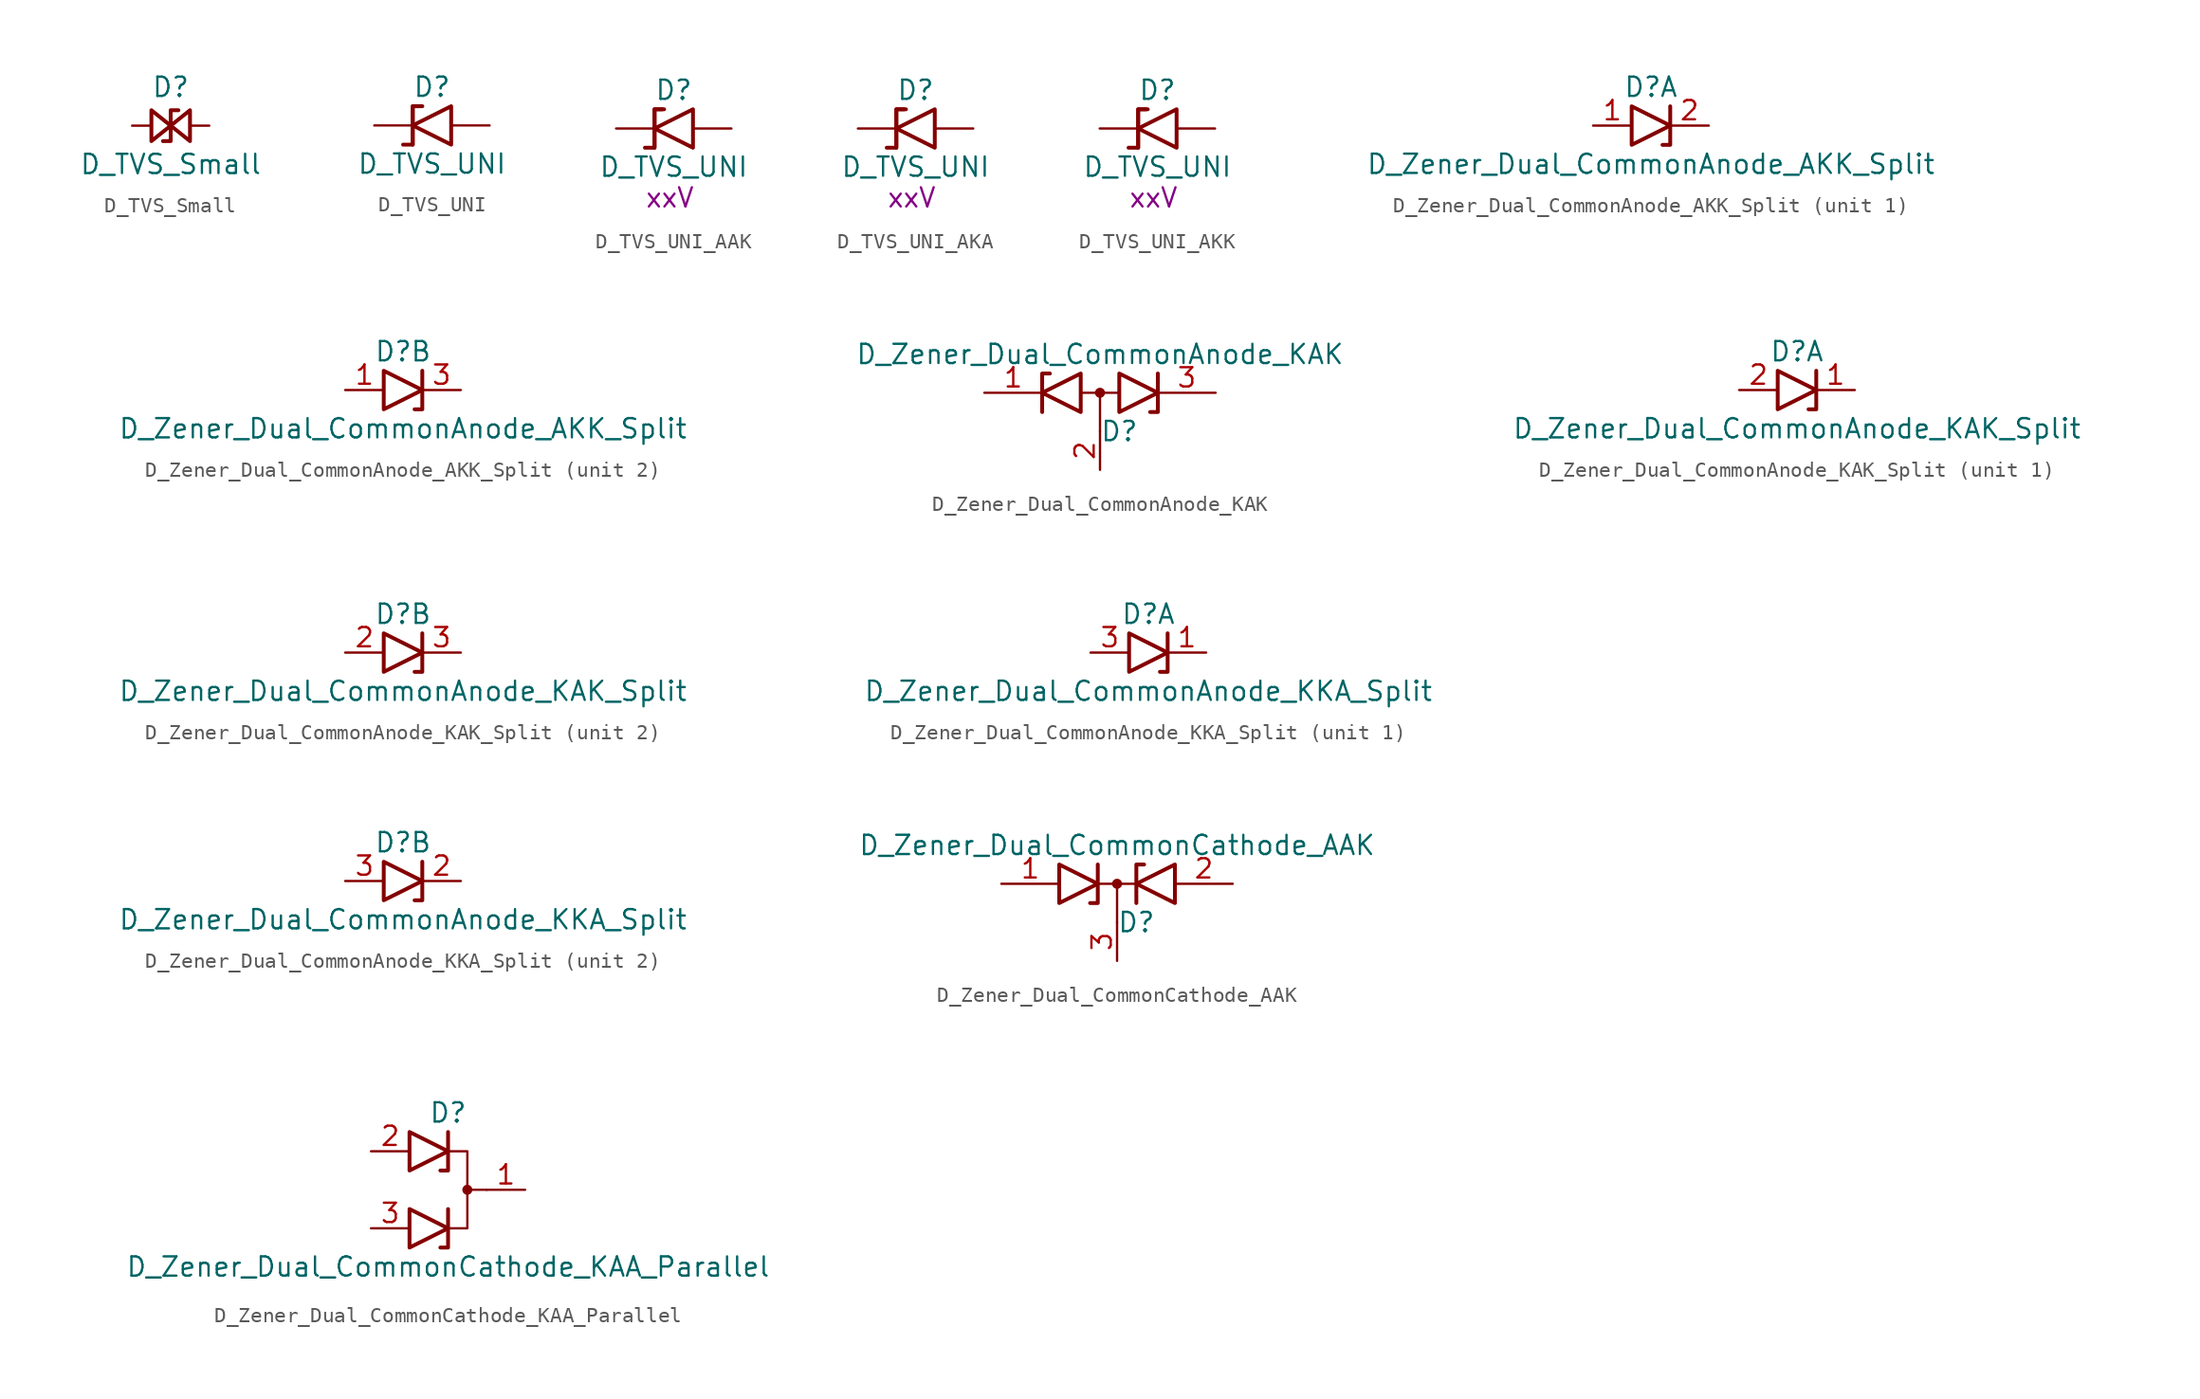
<source format=kicad_sym>
(kicad_symbol_lib
  (version 20241209)
  (generator "kicad_symbol_editor")
  (generator_version "9.0")
  (symbol "D_TVS_Small"
    (pin_numbers
      (hide yes))
    (pin_names
      (offset 1.016)
      (hide yes))
    (property "Reference" "D"
      (at 0 2.54 0)
      (effects (font (size 1.27 1.27))))
    (property "Value" "D_TVS_Small"
      (at 0 -2.54 0)
      (effects (font (size 1.27 1.27))))
    (symbol "D_TVS_Small_0_1"
      (polyline (pts (xy -1.27 1.016) (xy -1.27 -1.016) (xy 1.27 1.016) (xy 1.27 -1.016) (xy -1.27 1.016)) (stroke (width 0.254) (type default)) (fill (type none)))
      (polyline (pts (xy 0.508 1.016) (xy 0 1.016) (xy 0 -1.016) (xy -0.508 -1.016)) (stroke (width 0.254) (type default)) (fill (type none))))
    (symbol "D_TVS_Small_1_1"
      (pin passive line (at -2.54 0 0) (length 1.27) (name "A1" (effects (font (size 1.27 1.27)))) (number "1" (effects (font (size 1.27 1.27)))))
      (pin passive line (at 2.54 0 180) (length 1.27) (name "A2" (effects (font (size 1.27 1.27)))) (number "2" (effects (font (size 1.27 1.27)))))))
  (symbol "D_TVS_UNI"
    (pin_numbers
      (hide yes))
    (pin_names
      (offset 1.016)
      (hide yes))
    (property "Reference" "D"
      (at 0 2.54 0)
      (effects (font (size 1.27 1.27))))
    (property "Value" "D_TVS_UNI"
      (at 0 -2.54 0)
      (effects (font (size 1.27 1.27))))
    (symbol "D_TVS_UNI_0_1"
      (polyline (pts (xy -1.27 -1.27) (xy -1.27 1.27) (xy -0.762 1.27)) (stroke (width 0.254) (type default)) (fill (type none)))
      (polyline (pts (xy -0.635 1.27) (xy -1.27 1.27) (xy -1.27 -1.27) (xy -1.905 -1.27)) (stroke (width 0.254) (type default)) (fill (type none)))
      (polyline (pts (xy 1.27 -1.27) (xy 1.27 1.27) (xy -1.27 0) (xy 1.27 -1.27)) (stroke (width 0.254) (type default)) (fill (type none))))
    (symbol "D_TVS_UNI_1_1"
      (pin passive line (at -3.81 0 0) (length 2.54) (name "K" (effects (font (size 1.27 1.27)))) (number "1" (effects (font (size 1.27 1.27)))))
      (pin passive line (at 3.81 0 180) (length 2.54) (name "A" (effects (font (size 1.27 1.27)))) (number "2" (effects (font (size 1.27 1.27)))))))
  (symbol "D_TVS_UNI_AAK"
    (pin_numbers
      (hide yes))
    (pin_names
      (offset 1.016)
      (hide yes))
    (property "Reference" "D"
      (at 0 2.54 0)
      (effects (font (size 1.27 1.27))))
    (property "Value" "D_TVS_UNI"
      (at 0 -2.54 0)
      (effects (font (size 1.27 1.27))))
    (property "Reverse_Voltage" "xxV"
      (at -0.254 -4.572 0)
      (effects (font (size 1.27 1.27))))
    (symbol "D_TVS_UNI_AAK_0_1"
      (polyline (pts (xy -1.27 -1.27) (xy -1.27 1.27) (xy -0.762 1.27)) (stroke (width 0.254) (type default)) (fill (type none)))
      (polyline (pts (xy -0.635 1.27) (xy -1.27 1.27) (xy -1.27 -1.27) (xy -1.905 -1.27)) (stroke (width 0.254) (type default)) (fill (type none)))
      (polyline (pts (xy 1.27 -1.27) (xy 1.27 1.27) (xy -1.27 0) (xy 1.27 -1.27)) (stroke (width 0.254) (type default)) (fill (type none))))
    (symbol "D_TVS_UNI_AAK_1_1"
      (pin passive line (at -3.81 0 0) (length 2.54) (name "K" (effects (font (size 1.27 1.27)))) (number "1" (effects (font (size 1.27 1.27)))))
      (pin passive line (at 3.81 0 180) (length 2.54) (name "A" (effects (font (size 1.27 1.27)))) (number "2" (effects (font (size 1.27 1.27)))))))
  (symbol "D_TVS_UNI_AKA"
    (pin_numbers
      (hide yes))
    (pin_names
      (offset 1.016)
      (hide yes))
    (property "Reference" "D"
      (at 0 2.54 0)
      (effects (font (size 1.27 1.27))))
    (property "Value" "D_TVS_UNI"
      (at 0 -2.54 0)
      (effects (font (size 1.27 1.27))))
    (property "Reverse_Voltage" "xxV"
      (at -0.254 -4.572 0)
      (effects (font (size 1.27 1.27))))
    (symbol "D_TVS_UNI_AKA_0_1"
      (polyline (pts (xy -1.27 -1.27) (xy -1.27 1.27) (xy -0.762 1.27)) (stroke (width 0.254) (type default)) (fill (type none)))
      (polyline (pts (xy -0.635 1.27) (xy -1.27 1.27) (xy -1.27 -1.27) (xy -1.905 -1.27)) (stroke (width 0.254) (type default)) (fill (type none)))
      (polyline (pts (xy 1.27 -1.27) (xy 1.27 1.27) (xy -1.27 0) (xy 1.27 -1.27)) (stroke (width 0.254) (type default)) (fill (type none))))
    (symbol "D_TVS_UNI_AKA_1_1"
      (pin passive line (at -3.81 0 0) (length 2.54) (name "K" (effects (font (size 1.27 1.27)))) (number "1" (effects (font (size 1.27 1.27)))))
      (pin passive line (at 3.81 0 180) (length 2.54) (name "A" (effects (font (size 1.27 1.27)))) (number "2" (effects (font (size 1.27 1.27)))))))
  (symbol "D_TVS_UNI_AKK"
    (pin_numbers
      (hide yes))
    (pin_names
      (offset 1.016)
      (hide yes))
    (property "Reference" "D"
      (at 0 2.54 0)
      (effects (font (size 1.27 1.27))))
    (property "Value" "D_TVS_UNI"
      (at 0 -2.54 0)
      (effects (font (size 1.27 1.27))))
    (property "Reverse_Voltage" "xxV"
      (at -0.254 -4.572 0)
      (effects (font (size 1.27 1.27))))
    (symbol "D_TVS_UNI_AKK_0_1"
      (polyline (pts (xy -1.27 -1.27) (xy -1.27 1.27) (xy -0.762 1.27)) (stroke (width 0.254) (type default)) (fill (type none)))
      (polyline (pts (xy -0.635 1.27) (xy -1.27 1.27) (xy -1.27 -1.27) (xy -1.905 -1.27)) (stroke (width 0.254) (type default)) (fill (type none)))
      (polyline (pts (xy 1.27 -1.27) (xy 1.27 1.27) (xy -1.27 0) (xy 1.27 -1.27)) (stroke (width 0.254) (type default)) (fill (type none))))
    (symbol "D_TVS_UNI_AKK_1_1"
      (pin passive line (at -3.81 0 0) (length 2.54) (name "K" (effects (font (size 1.27 1.27)))) (number "1" (effects (font (size 1.27 1.27)))))
      (pin passive line (at 3.81 0 180) (length 2.54) (name "A" (effects (font (size 1.27 1.27)))) (number "2" (effects (font (size 1.27 1.27)))))))
  (symbol "D_Zener_Dual_CommonAnode_AKK_Split"
    (pin_names
      (offset 0.762)
      (hide yes))
    (property "Reference" "D"
      (at 0 2.54 0)
      (effects (font (size 1.27 1.27))))
    (property "Value" "D_Zener_Dual_CommonAnode_AKK_Split"
      (at 0 -2.54 0)
      (effects (font (size 1.27 1.27))))
    (property "ki_locked" ""
      (at 0 0 0)
      (effects (font (size 1.27 1.27))))
    (symbol "D_Zener_Dual_CommonAnode_AKK_Split_0_0"
      (polyline (pts (xy 1.27 1.27) (xy 1.27 -1.27) (xy 0.762 -1.27)) (stroke (width 0.254) (type default)) (fill (type none))))
    (symbol "D_Zener_Dual_CommonAnode_AKK_Split_0_1"
      (polyline (pts (xy -1.27 1.27) (xy 1.27 0) (xy -1.27 -1.27) (xy -1.27 1.27) (xy -1.27 1.27) (xy -1.27 1.27)) (stroke (width 0.254) (type default)) (fill (type none)))
      (pin passive line (at -3.81 0 0) (length 2.54) (name "A" (effects (font (size 1.27 1.27)))) (number "1" (effects (font (size 1.27 1.27))))))
    (symbol "D_Zener_Dual_CommonAnode_AKK_Split_1_1"
      (pin passive line (at 3.81 0 180) (length 2.54) (name "K" (effects (font (size 1.27 1.27)))) (number "2" (effects (font (size 1.27 1.27))))))
    (symbol "D_Zener_Dual_CommonAnode_AKK_Split_2_1"
      (pin passive line (at 3.81 0 180) (length 2.54) (name "K" (effects (font (size 1.27 1.27)))) (number "3" (effects (font (size 1.27 1.27)))))))
  (symbol "D_Zener_Dual_CommonAnode_KAK"
    (pin_names
      (offset 0.762)
      (hide yes))
    (property "Reference" "D"
      (at 1.27 -2.54 0)
      (effects (font (size 1.27 1.27))))
    (property "Value" "D_Zener_Dual_CommonAnode_KAK"
      (at 0 2.54 0)
      (effects (font (size 1.27 1.27))))
    (symbol "D_Zener_Dual_CommonAnode_KAK_0_1"
      (polyline (pts (xy -3.81 -1.27) (xy -3.81 1.27) (xy -3.302 1.27)) (stroke (width 0.254) (type default)) (fill (type none)))
      (polyline (pts (xy -1.27 0) (xy 1.27 0)) (stroke (width 0) (type default)) (fill (type none)))
      (polyline (pts (xy -1.27 -1.27) (xy -3.81 0) (xy -1.27 1.27) (xy -1.27 -1.27) (xy -1.27 -1.27) (xy -1.27 -1.27)) (stroke (width 0.254) (type default)) (fill (type none)))
      (polyline (pts (xy 0 0) (xy 0 -2.54)) (stroke (width 0) (type default)) (fill (type none)))
      (circle (center 0 0) (radius 0.254) (stroke (width 0) (type default)) (fill (type outline)))
      (polyline (pts (xy 1.27 1.27) (xy 3.81 0) (xy 1.27 -1.27) (xy 1.27 1.27) (xy 1.27 1.27) (xy 1.27 1.27)) (stroke (width 0.254) (type default)) (fill (type none)))
      (polyline (pts (xy 3.302 -1.27) (xy 3.81 -1.27) (xy 3.81 1.27)) (stroke (width 0.254) (type default)) (fill (type none)))
      (pin passive line (at -7.62 0 0) (length 3.81) (name "K" (effects (font (size 1.27 1.27)))) (number "1" (effects (font (size 1.27 1.27)))))
      (pin passive line (at 0 -5.08 90) (length 2.54) (name "A" (effects (font (size 1.27 1.27)))) (number "2" (effects (font (size 1.27 1.27)))))
      (pin passive line (at 7.62 0 180) (length 3.81) (name "K" (effects (font (size 1.27 1.27)))) (number "3" (effects (font (size 1.27 1.27)))))))
  (symbol "D_Zener_Dual_CommonAnode_KAK_Split"
    (pin_names
      (offset 0.762)
      (hide yes))
    (property "Reference" "D"
      (at 0 2.54 0)
      (effects (font (size 1.27 1.27))))
    (property "Value" "D_Zener_Dual_CommonAnode_KAK_Split"
      (at 0 -2.54 0)
      (effects (font (size 1.27 1.27))))
    (property "ki_locked" ""
      (at 0 0 0)
      (effects (font (size 1.27 1.27))))
    (symbol "D_Zener_Dual_CommonAnode_KAK_Split_0_0"
      (polyline (pts (xy 1.27 1.27) (xy 1.27 -1.27) (xy 0.762 -1.27)) (stroke (width 0.254) (type default)) (fill (type none))))
    (symbol "D_Zener_Dual_CommonAnode_KAK_Split_0_1"
      (polyline (pts (xy -1.27 1.27) (xy 1.27 0) (xy -1.27 -1.27) (xy -1.27 1.27) (xy -1.27 1.27) (xy -1.27 1.27)) (stroke (width 0.254) (type default)) (fill (type none)))
      (pin passive line (at -3.81 0 0) (length 2.54) (name "A" (effects (font (size 1.27 1.27)))) (number "2" (effects (font (size 1.27 1.27))))))
    (symbol "D_Zener_Dual_CommonAnode_KAK_Split_1_1"
      (pin passive line (at 3.81 0 180) (length 2.54) (name "K" (effects (font (size 1.27 1.27)))) (number "1" (effects (font (size 1.27 1.27))))))
    (symbol "D_Zener_Dual_CommonAnode_KAK_Split_2_1"
      (pin passive line (at 3.81 0 180) (length 2.54) (name "K" (effects (font (size 1.27 1.27)))) (number "3" (effects (font (size 1.27 1.27)))))))
  (symbol "D_Zener_Dual_CommonAnode_KKA_Split"
    (pin_names
      (offset 0.762)
      (hide yes))
    (property "Reference" "D"
      (at 0 2.54 0)
      (effects (font (size 1.27 1.27))))
    (property "Value" "D_Zener_Dual_CommonAnode_KKA_Split"
      (at 0 -2.54 0)
      (effects (font (size 1.27 1.27))))
    (property "ki_locked" ""
      (at 0 0 0)
      (effects (font (size 1.27 1.27))))
    (symbol "D_Zener_Dual_CommonAnode_KKA_Split_0_0"
      (polyline (pts (xy 1.27 1.27) (xy 1.27 -1.27) (xy 0.762 -1.27)) (stroke (width 0.254) (type default)) (fill (type none))))
    (symbol "D_Zener_Dual_CommonAnode_KKA_Split_0_1"
      (polyline (pts (xy -1.27 1.27) (xy 1.27 0) (xy -1.27 -1.27) (xy -1.27 1.27) (xy -1.27 1.27) (xy -1.27 1.27)) (stroke (width 0.254) (type default)) (fill (type none)))
      (pin passive line (at -3.81 0 0) (length 2.54) (name "A" (effects (font (size 1.27 1.27)))) (number "3" (effects (font (size 1.27 1.27))))))
    (symbol "D_Zener_Dual_CommonAnode_KKA_Split_1_1"
      (pin passive line (at 3.81 0 180) (length 2.54) (name "K" (effects (font (size 1.27 1.27)))) (number "1" (effects (font (size 1.27 1.27))))))
    (symbol "D_Zener_Dual_CommonAnode_KKA_Split_2_1"
      (pin passive line (at 3.81 0 180) (length 2.54) (name "K" (effects (font (size 1.27 1.27)))) (number "2" (effects (font (size 1.27 1.27)))))))
  (symbol "D_Zener_Dual_CommonCathode_AAK"
    (pin_names
      (offset 0.762)
      (hide yes))
    (property "Reference" "D"
      (at 1.27 -2.54 0)
      (effects (font (size 1.27 1.27))))
    (property "Value" "D_Zener_Dual_CommonCathode_AAK"
      (at 0 2.54 0)
      (effects (font (size 1.27 1.27))))
    (symbol "D_Zener_Dual_CommonCathode_AAK_0_1"
      (polyline (pts (xy -3.81 1.27) (xy -1.27 0) (xy -3.81 -1.27) (xy -3.81 1.27) (xy -3.81 1.27) (xy -3.81 1.27)) (stroke (width 0.254) (type default)) (fill (type none)))
      (polyline (pts (xy -1.27 1.27) (xy -1.27 -1.27) (xy -1.778 -1.27)) (stroke (width 0.254) (type default)) (fill (type none)))
      (polyline (pts (xy -1.27 0) (xy 1.27 0)) (stroke (width 0) (type default)) (fill (type none)))
      (polyline (pts (xy 0 0) (xy 0 -2.54)) (stroke (width 0) (type default)) (fill (type none)))
      (circle (center 0 0) (radius 0.254) (stroke (width 0) (type default)) (fill (type outline)))
      (polyline (pts (xy 1.27 -1.27) (xy 1.27 1.27) (xy 1.778 1.27)) (stroke (width 0.254) (type default)) (fill (type none)))
      (polyline (pts (xy 3.81 -1.27) (xy 1.27 0) (xy 3.81 1.27) (xy 3.81 -1.27) (xy 3.81 -1.27) (xy 3.81 -1.27)) (stroke (width 0.254) (type default)) (fill (type none)))
      (pin passive line (at -7.62 0 0) (length 3.81) (name "A" (effects (font (size 1.27 1.27)))) (number "1" (effects (font (size 1.27 1.27)))))
      (pin passive line (at 0 -5.08 90) (length 2.54) (name "K" (effects (font (size 1.27 1.27)))) (number "3" (effects (font (size 1.27 1.27)))))
      (pin passive line (at 7.62 0 180) (length 3.81) (name "A" (effects (font (size 1.27 1.27)))) (number "2" (effects (font (size 1.27 1.27)))))))
  (symbol "D_Zener_Dual_CommonCathode_KAA_Parallel"
    (pin_names
      (offset 0.762)
      (hide yes))
    (property "Reference" "D"
      (at 0 5.08 0)
      (effects (font (size 1.27 1.27))))
    (property "Value" "D_Zener_Dual_CommonCathode_KAA_Parallel"
      (at 0 -5.08 0)
      (effects (font (size 1.27 1.27))))
    (symbol "D_Zener_Dual_CommonCathode_KAA_Parallel_0_0"
      (polyline (pts (xy 0 3.81) (xy 0 1.27) (xy -0.508 1.27)) (stroke (width 0.254) (type default)) (fill (type none)))
      (polyline (pts (xy 0 -1.27) (xy 0 -3.81) (xy -0.508 -3.81)) (stroke (width 0.254) (type default)) (fill (type none))))
    (symbol "D_Zener_Dual_CommonCathode_KAA_Parallel_0_1"
      (polyline (pts (xy -2.54 3.81) (xy 0 2.54) (xy -2.54 1.27) (xy -2.54 3.81) (xy -2.54 3.81) (xy -2.54 3.81)) (stroke (width 0.254) (type default)) (fill (type none)))
      (polyline (pts (xy -2.54 -1.27) (xy 0 -2.54) (xy -2.54 -3.81) (xy -2.54 -1.27) (xy -2.54 -1.27) (xy -2.54 -1.27)) (stroke (width 0.254) (type default)) (fill (type none)))
      (polyline (pts (xy 0 -2.54) (xy 1.27 -2.54) (xy 1.27 2.54) (xy 0 2.54)) (stroke (width 0) (type default)) (fill (type none)))
      (polyline (pts (xy 1.27 0) (xy 2.54 0)) (stroke (width 0) (type default)) (fill (type none)))
      (circle (center 1.27 0) (radius 0.254) (stroke (width 0) (type default)) (fill (type outline)))
      (pin passive line (at -5.08 2.54 0) (length 2.54) (name "K" (effects (font (size 1.27 1.27)))) (number "2" (effects (font (size 1.27 1.27)))))
      (pin passive line (at -5.08 -2.54 0) (length 2.54) (name "K" (effects (font (size 1.27 1.27)))) (number "3" (effects (font (size 1.27 1.27)))))
      (pin passive line (at 5.08 0 180) (length 2.54) (name "A" (effects (font (size 1.27 1.27)))) (number "1" (effects (font (size 1.27 1.27))))))))
</source>
